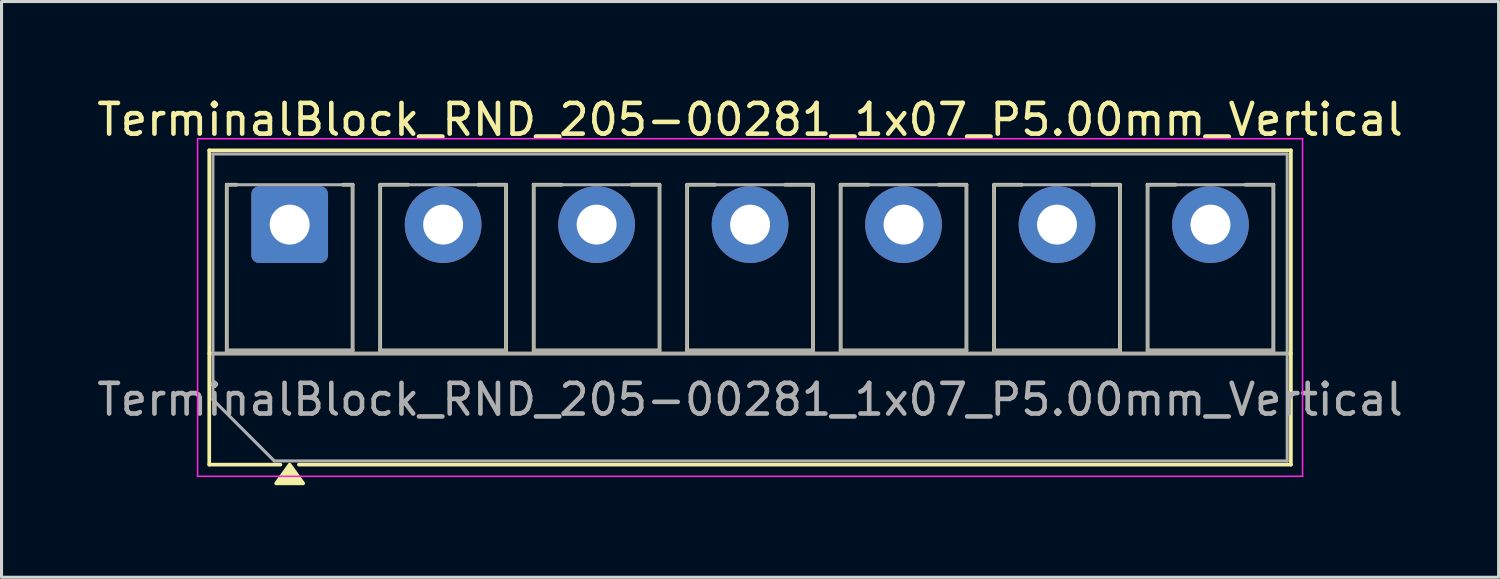
<source format=kicad_pcb>
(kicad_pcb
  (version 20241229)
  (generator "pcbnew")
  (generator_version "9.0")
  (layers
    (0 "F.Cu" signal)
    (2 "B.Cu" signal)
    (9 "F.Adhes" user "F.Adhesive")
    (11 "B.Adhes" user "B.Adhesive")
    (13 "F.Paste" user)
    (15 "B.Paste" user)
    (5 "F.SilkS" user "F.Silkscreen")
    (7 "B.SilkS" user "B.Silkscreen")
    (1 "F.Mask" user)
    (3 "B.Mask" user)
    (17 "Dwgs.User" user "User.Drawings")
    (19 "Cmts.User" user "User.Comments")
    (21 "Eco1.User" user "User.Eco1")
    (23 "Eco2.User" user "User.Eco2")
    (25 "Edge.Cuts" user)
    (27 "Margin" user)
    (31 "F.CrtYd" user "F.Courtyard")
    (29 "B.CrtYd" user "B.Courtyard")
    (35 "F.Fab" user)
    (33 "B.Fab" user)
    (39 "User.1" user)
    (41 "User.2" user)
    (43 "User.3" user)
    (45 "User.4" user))
  (footprint "TerminalBlock_RND_205-00281_1x07_P5.00mm_Vertical"
    (layer "F.Cu")
    (at 6.387 4.268)
    (property "Reference" "TerminalBlock_RND_205-00281_1x07_P5.00mm_Vertical" (at 15 -3.42 0) (layer "F.SilkS") (effects (font (size 1 1) (thickness 0.15))))
    (attr through_hole)
    (fp_line (start -2.62 -2.42) (end 32.62 -2.42) (stroke (width 0.12) (type solid)) (layer "F.SilkS"))
    (fp_line (start -2.62 4.2) (end 32.62 4.2) (stroke (width 0.12) (type solid)) (layer "F.SilkS"))
    (fp_line (start -2.62 7.82) (end -2.62 -2.42) (stroke (width 0.12) (type solid)) (layer "F.SilkS"))
    (fp_line (start -2.05 -1.3) (end -1.73 -1.3) (stroke (width 0.12) (type solid)) (layer "F.SilkS"))
    (fp_line (start -2.05 4.1) (end -2.05 -1.3) (stroke (width 0.12) (type solid)) (layer "F.SilkS"))
    (fp_line (start -0.3 7.82) (end -2.62 7.82) (stroke (width 0.12) (type solid)) (layer "F.SilkS"))
    (fp_line (start 1.73 -1.3) (end 2.05 -1.3) (stroke (width 0.12) (type solid)) (layer "F.SilkS"))
    (fp_line (start 2.05 -1.3) (end 2.05 4.1) (stroke (width 0.12) (type solid)) (layer "F.SilkS"))
    (fp_line (start 2.05 4.1) (end -2.05 4.1) (stroke (width 0.12) (type solid)) (layer "F.SilkS"))
    (fp_line (start 2.95 -1.3) (end 3.859 -1.3) (stroke (width 0.12) (type solid)) (layer "F.SilkS"))
    (fp_line (start 2.95 4.1) (end 2.95 -1.3) (stroke (width 0.12) (type solid)) (layer "F.SilkS"))
    (fp_line (start 6.141 -1.3) (end 7.05 -1.3) (stroke (width 0.12) (type solid)) (layer "F.SilkS"))
    (fp_line (start 7.05 -1.3) (end 7.05 4.1) (stroke (width 0.12) (type solid)) (layer "F.SilkS"))
    (fp_line (start 7.05 4.1) (end 2.95 4.1) (stroke (width 0.12) (type solid)) (layer "F.SilkS"))
    (fp_line (start 7.95 -1.3) (end 8.859 -1.3) (stroke (width 0.12) (type solid)) (layer "F.SilkS"))
    (fp_line (start 7.95 4.1) (end 7.95 -1.3) (stroke (width 0.12) (type solid)) (layer "F.SilkS"))
    (fp_line (start 11.141 -1.3) (end 12.05 -1.3) (stroke (width 0.12) (type solid)) (layer "F.SilkS"))
    (fp_line (start 12.05 -1.3) (end 12.05 4.1) (stroke (width 0.12) (type solid)) (layer "F.SilkS"))
    (fp_line (start 12.05 4.1) (end 7.95 4.1) (stroke (width 0.12) (type solid)) (layer "F.SilkS"))
    (fp_line (start 12.95 -1.3) (end 13.859 -1.3) (stroke (width 0.12) (type solid)) (layer "F.SilkS"))
    (fp_line (start 12.95 4.1) (end 12.95 -1.3) (stroke (width 0.12) (type solid)) (layer "F.SilkS"))
    (fp_line (start 16.141 -1.3) (end 17.05 -1.3) (stroke (width 0.12) (type solid)) (layer "F.SilkS"))
    (fp_line (start 17.05 -1.3) (end 17.05 4.1) (stroke (width 0.12) (type solid)) (layer "F.SilkS"))
    (fp_line (start 17.05 4.1) (end 12.95 4.1) (stroke (width 0.12) (type solid)) (layer "F.SilkS"))
    (fp_line (start 17.95 -1.3) (end 18.859 -1.3) (stroke (width 0.12) (type solid)) (layer "F.SilkS"))
    (fp_line (start 17.95 4.1) (end 17.95 -1.3) (stroke (width 0.12) (type solid)) (layer "F.SilkS"))
    (fp_line (start 21.141 -1.3) (end 22.05 -1.3) (stroke (width 0.12) (type solid)) (layer "F.SilkS"))
    (fp_line (start 22.05 -1.3) (end 22.05 4.1) (stroke (width 0.12) (type solid)) (layer "F.SilkS"))
    (fp_line (start 22.05 4.1) (end 17.95 4.1) (stroke (width 0.12) (type solid)) (layer "F.SilkS"))
    (fp_line (start 22.95 -1.3) (end 23.859 -1.3) (stroke (width 0.12) (type solid)) (layer "F.SilkS"))
    (fp_line (start 22.95 4.1) (end 22.95 -1.3) (stroke (width 0.12) (type solid)) (layer "F.SilkS"))
    (fp_line (start 26.141 -1.3) (end 27.05 -1.3) (stroke (width 0.12) (type solid)) (layer "F.SilkS"))
    (fp_line (start 27.05 -1.3) (end 27.05 4.1) (stroke (width 0.12) (type solid)) (layer "F.SilkS"))
    (fp_line (start 27.05 4.1) (end 22.95 4.1) (stroke (width 0.12) (type solid)) (layer "F.SilkS"))
    (fp_line (start 27.95 -1.3) (end 28.859 -1.3) (stroke (width 0.12) (type solid)) (layer "F.SilkS"))
    (fp_line (start 27.95 4.1) (end 27.95 -1.3) (stroke (width 0.12) (type solid)) (layer "F.SilkS"))
    (fp_line (start 31.141 -1.3) (end 32.05 -1.3) (stroke (width 0.12) (type solid)) (layer "F.SilkS"))
    (fp_line (start 32.05 -1.3) (end 32.05 4.1) (stroke (width 0.12) (type solid)) (layer "F.SilkS"))
    (fp_line (start 32.05 4.1) (end 27.95 4.1) (stroke (width 0.12) (type solid)) (layer "F.SilkS"))
    (fp_line (start 32.62 -2.42) (end 32.62 7.82) (stroke (width 0.12) (type solid)) (layer "F.SilkS"))
    (fp_line (start 32.62 7.82) (end 0.3 7.82) (stroke (width 0.12) (type solid)) (layer "F.SilkS"))
    (fp_poly (pts (xy 0 7.82) (xy 0.44 8.43) (xy -0.44 8.43)) (stroke (width 0.12) (type solid)) (fill yes) (layer "F.SilkS"))
    (fp_line (start -3 -2.8) (end -3 8.2) (stroke (width 0.05) (type solid)) (layer "F.CrtYd"))
    (fp_line (start -3 8.2) (end 33 8.2) (stroke (width 0.05) (type solid)) (layer "F.CrtYd"))
    (fp_line (start 33 -2.8) (end -3 -2.8) (stroke (width 0.05) (type solid)) (layer "F.CrtYd"))
    (fp_line (start 33 8.2) (end 33 -2.8) (stroke (width 0.05) (type solid)) (layer "F.CrtYd"))
    (fp_line (start -2.5 -2.3) (end 32.5 -2.3) (stroke (width 0.1) (type solid)) (layer "F.Fab"))
    (fp_line (start -2.5 4.2) (end 32.5 4.2) (stroke (width 0.1) (type solid)) (layer "F.Fab"))
    (fp_line (start -2.5 5.7) (end -2.5 -2.3) (stroke (width 0.1) (type solid)) (layer "F.Fab"))
    (fp_line (start -2.05 -1.3) (end -2.05 4.1) (stroke (width 0.1) (type solid)) (layer "F.Fab"))
    (fp_line (start -2.05 4.1) (end 2.05 4.1) (stroke (width 0.1) (type solid)) (layer "F.Fab"))
    (fp_line (start -0.5 7.7) (end -2.5 5.7) (stroke (width 0.1) (type solid)) (layer "F.Fab"))
    (fp_line (start 2.05 -1.3) (end -2.05 -1.3) (stroke (width 0.1) (type solid)) (layer "F.Fab"))
    (fp_line (start 2.05 4.1) (end 2.05 -1.3) (stroke (width 0.1) (type solid)) (layer "F.Fab"))
    (fp_line (start 2.95 -1.3) (end 2.95 4.1) (stroke (width 0.1) (type solid)) (layer "F.Fab"))
    (fp_line (start 2.95 4.1) (end 7.05 4.1) (stroke (width 0.1) (type solid)) (layer "F.Fab"))
    (fp_line (start 7.05 -1.3) (end 2.95 -1.3) (stroke (width 0.1) (type solid)) (layer "F.Fab"))
    (fp_line (start 7.05 4.1) (end 7.05 -1.3) (stroke (width 0.1) (type solid)) (layer "F.Fab"))
    (fp_line (start 7.95 -1.3) (end 7.95 4.1) (stroke (width 0.1) (type solid)) (layer "F.Fab"))
    (fp_line (start 7.95 4.1) (end 12.05 4.1) (stroke (width 0.1) (type solid)) (layer "F.Fab"))
    (fp_line (start 12.05 -1.3) (end 7.95 -1.3) (stroke (width 0.1) (type solid)) (layer "F.Fab"))
    (fp_line (start 12.05 4.1) (end 12.05 -1.3) (stroke (width 0.1) (type solid)) (layer "F.Fab"))
    (fp_line (start 12.95 -1.3) (end 12.95 4.1) (stroke (width 0.1) (type solid)) (layer "F.Fab"))
    (fp_line (start 12.95 4.1) (end 17.05 4.1) (stroke (width 0.1) (type solid)) (layer "F.Fab"))
    (fp_line (start 17.05 -1.3) (end 12.95 -1.3) (stroke (width 0.1) (type solid)) (layer "F.Fab"))
    (fp_line (start 17.05 4.1) (end 17.05 -1.3) (stroke (width 0.1) (type solid)) (layer "F.Fab"))
    (fp_line (start 17.95 -1.3) (end 17.95 4.1) (stroke (width 0.1) (type solid)) (layer "F.Fab"))
    (fp_line (start 17.95 4.1) (end 22.05 4.1) (stroke (width 0.1) (type solid)) (layer "F.Fab"))
    (fp_line (start 22.05 -1.3) (end 17.95 -1.3) (stroke (width 0.1) (type solid)) (layer "F.Fab"))
    (fp_line (start 22.05 4.1) (end 22.05 -1.3) (stroke (width 0.1) (type solid)) (layer "F.Fab"))
    (fp_line (start 22.95 -1.3) (end 22.95 4.1) (stroke (width 0.1) (type solid)) (layer "F.Fab"))
    (fp_line (start 22.95 4.1) (end 27.05 4.1) (stroke (width 0.1) (type solid)) (layer "F.Fab"))
    (fp_line (start 27.05 -1.3) (end 22.95 -1.3) (stroke (width 0.1) (type solid)) (layer "F.Fab"))
    (fp_line (start 27.05 4.1) (end 27.05 -1.3) (stroke (width 0.1) (type solid)) (layer "F.Fab"))
    (fp_line (start 27.95 -1.3) (end 27.95 4.1) (stroke (width 0.1) (type solid)) (layer "F.Fab"))
    (fp_line (start 27.95 4.1) (end 32.05 4.1) (stroke (width 0.1) (type solid)) (layer "F.Fab"))
    (fp_line (start 32.05 -1.3) (end 27.95 -1.3) (stroke (width 0.1) (type solid)) (layer "F.Fab"))
    (fp_line (start 32.05 4.1) (end 32.05 -1.3) (stroke (width 0.1) (type solid)) (layer "F.Fab"))
    (fp_line (start 32.5 -2.3) (end 32.5 7.7) (stroke (width 0.1) (type solid)) (layer "F.Fab"))
    (fp_line (start 32.5 7.7) (end -0.5 7.7) (stroke (width 0.1) (type solid)) (layer "F.Fab"))
    (fp_text user "${REFERENCE}" (at 15 5.7 0) (layer "F.Fab") (effects (font (size 1 1) (thickness 0.15))))
    (pad "1" thru_hole roundrect (at 0 0) (size 2.5 2.5) (drill 1.3) (layers "*.Cu" "*.Mask") (roundrect_rratio 0.1))
    (pad "2" thru_hole circle (at 5 0) (size 2.5 2.5) (drill 1.3) (layers "*.Cu" "*.Mask"))
    (pad "3" thru_hole circle (at 10 0) (size 2.5 2.5) (drill 1.3) (layers "*.Cu" "*.Mask"))
    (pad "4" thru_hole circle (at 15 0) (size 2.5 2.5) (drill 1.3) (layers "*.Cu" "*.Mask"))
    (pad "5" thru_hole circle (at 20 0) (size 2.5 2.5) (drill 1.3) (layers "*.Cu" "*.Mask"))
    (pad "6" thru_hole circle (at 25 0) (size 2.5 2.5) (drill 1.3) (layers "*.Cu" "*.Mask"))
    (pad "7" thru_hole circle (at 30 0) (size 2.5 2.5) (drill 1.3) (layers "*.Cu" "*.Mask")))
  (gr_rect
    (start -3 -3)
    (end 45.774 15.758)
    (stroke (width 0.1) (type default))
    (fill no)
    (layer "Edge.Cuts")))
</source>
